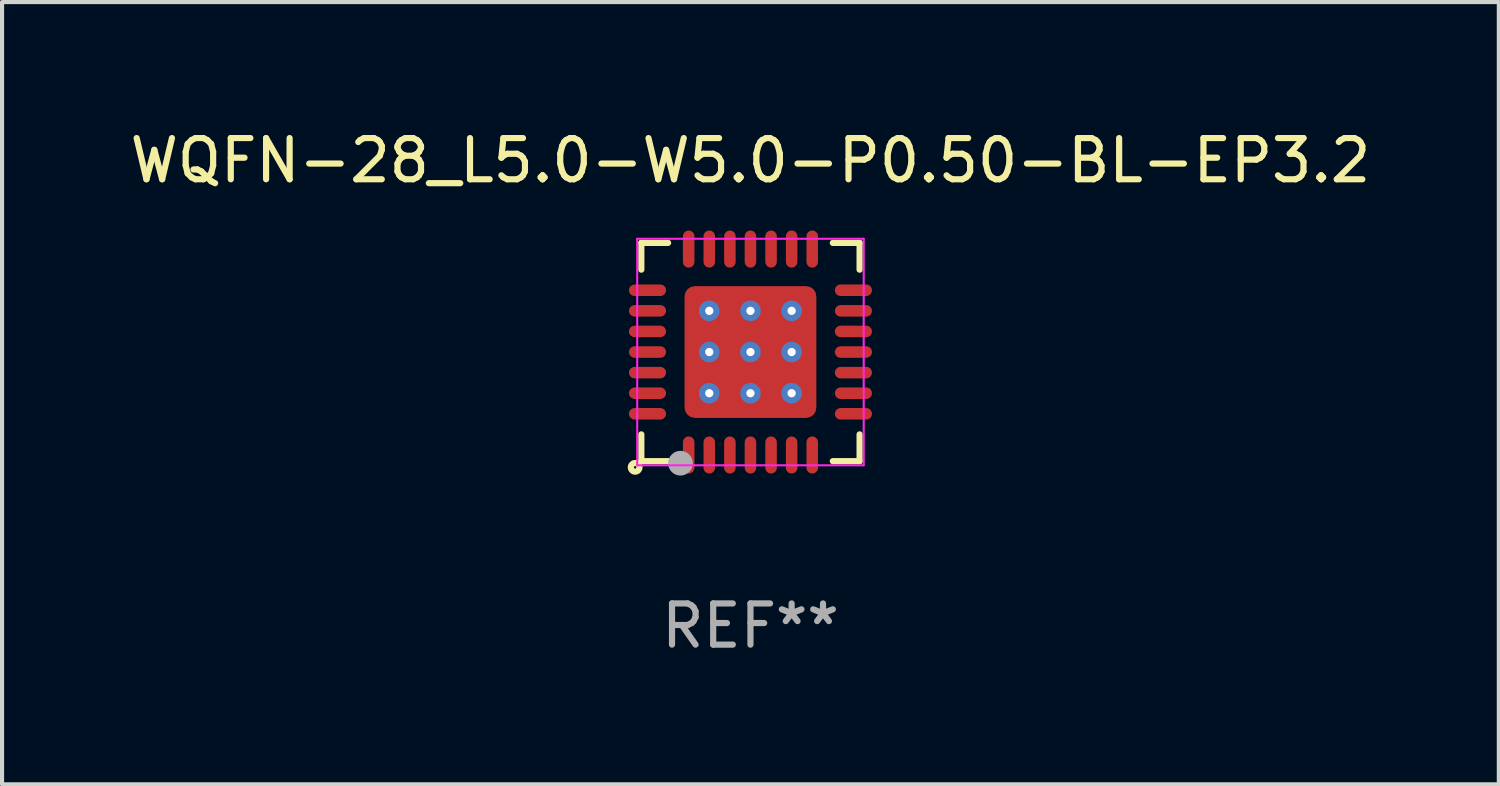
<source format=kicad_pcb>
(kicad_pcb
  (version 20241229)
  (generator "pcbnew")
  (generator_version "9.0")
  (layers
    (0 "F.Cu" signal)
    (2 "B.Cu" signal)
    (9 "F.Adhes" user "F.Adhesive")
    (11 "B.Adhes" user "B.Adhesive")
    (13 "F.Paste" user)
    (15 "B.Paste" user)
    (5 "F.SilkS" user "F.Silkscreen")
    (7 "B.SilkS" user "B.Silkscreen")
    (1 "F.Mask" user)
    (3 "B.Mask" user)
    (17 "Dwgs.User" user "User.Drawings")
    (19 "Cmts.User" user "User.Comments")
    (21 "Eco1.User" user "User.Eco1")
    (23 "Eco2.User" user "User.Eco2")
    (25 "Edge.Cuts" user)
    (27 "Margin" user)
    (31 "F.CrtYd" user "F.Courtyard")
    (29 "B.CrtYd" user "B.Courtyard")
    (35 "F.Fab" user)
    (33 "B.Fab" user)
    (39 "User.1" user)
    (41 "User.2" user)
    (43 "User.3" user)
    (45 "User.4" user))
  (footprint "WQFN-28_L5.0-W5.0-P0.50-BL-EP3.2"
    (layer "F.Cu")
    (at 15.173 5.498)
    (property "Reference" "WQFN-28_L5.0-W5.0-P0.50-BL-EP3.2" (at 0 -4.65 0) (layer "F.SilkS") (effects (font (size 1 1) (thickness 0.15))))
    (attr smd)
    (fp_line (start -2.65 -2.65) (end -2.65 -2) (stroke (width 0.15) (type solid)) (layer "F.SilkS"))
    (fp_line (start -2.65 2.65) (end -2.65 2) (stroke (width 0.15) (type solid)) (layer "F.SilkS"))
    (fp_line (start -2 -2.65) (end -2.65 -2.65) (stroke (width 0.15) (type solid)) (layer "F.SilkS"))
    (fp_line (start -2 2.65) (end -2.65 2.65) (stroke (width 0.15) (type solid)) (layer "F.SilkS"))
    (fp_line (start 2 2.65) (end 2.65 2.65) (stroke (width 0.15) (type solid)) (layer "F.SilkS"))
    (fp_line (start 2.65 -2.65) (end 2 -2.65) (stroke (width 0.15) (type solid)) (layer "F.SilkS"))
    (fp_line (start 2.65 -2) (end 2.65 -2.65) (stroke (width 0.15) (type solid)) (layer "F.SilkS"))
    (fp_line (start 2.65 2.65) (end 2.65 2) (stroke (width 0.15) (type solid)) (layer "F.SilkS"))
    (fp_circle (center -2.8 2.8) (end -2.77 2.8) (stroke (width 0.15) (type solid)) (fill no) (layer "F.SilkS"))
    (fp_line (start -2.75 -2.75) (end 2.75 -2.75) (stroke (width 0.05) (type default)) (layer "F.CrtYd"))
    (fp_line (start -2.75 2.75) (end -2.75 -2.75) (stroke (width 0.05) (type default)) (layer "F.CrtYd"))
    (fp_line (start 2.75 -2.75) (end 2.75 2.75) (stroke (width 0.05) (type default)) (layer "F.CrtYd"))
    (fp_line (start 2.75 2.75) (end -2.75 2.75) (stroke (width 0.05) (type default)) (layer "F.CrtYd"))
    (fp_circle (center -1.7 2.7) (end -1.55 2.7) (stroke (width 0.3) (type solid)) (fill no) (layer "F.Fab"))
    (fp_text user "REF**" (at 0 6.65 0) (layer "F.Fab") (effects (font (size 1 1) (thickness 0.15))))
    (pad "1" smd oval (at -1.5 2.5 180) (size 0.28 0.9) (layers "F.Cu" "F.Mask" "F.Paste"))
    (pad "2" smd oval (at -1 2.5 180) (size 0.28 0.9) (layers "F.Cu" "F.Mask" "F.Paste"))
    (pad "3" smd oval (at -0.5 2.5 180) (size 0.28 0.9) (layers "F.Cu" "F.Mask" "F.Paste"))
    (pad "4" smd oval (at 0 2.5 180) (size 0.28 0.9) (layers "F.Cu" "F.Mask" "F.Paste"))
    (pad "5" smd oval (at 0.5 2.5 180) (size 0.28 0.9) (layers "F.Cu" "F.Mask" "F.Paste"))
    (pad "6" smd oval (at 1 2.5 180) (size 0.28 0.9) (layers "F.Cu" "F.Mask" "F.Paste"))
    (pad "7" smd oval (at 1.5 2.5 180) (size 0.28 0.9) (layers "F.Cu" "F.Mask" "F.Paste"))
    (pad "8" smd oval (at 2.5 1.5 90) (size 0.28 0.9) (layers "F.Cu" "F.Mask" "F.Paste"))
    (pad "9" smd oval (at 2.5 1 90) (size 0.28 0.9) (layers "F.Cu" "F.Mask" "F.Paste"))
    (pad "10" smd oval (at 2.5 0.5 90) (size 0.28 0.9) (layers "F.Cu" "F.Mask" "F.Paste"))
    (pad "11" smd oval (at 2.5 0 90) (size 0.28 0.9) (layers "F.Cu" "F.Mask" "F.Paste"))
    (pad "12" smd oval (at 2.5 -0.5 90) (size 0.28 0.9) (layers "F.Cu" "F.Mask" "F.Paste"))
    (pad "13" smd oval (at 2.5 -1 90) (size 0.28 0.9) (layers "F.Cu" "F.Mask" "F.Paste"))
    (pad "14" smd oval (at 2.5 -1.5 90) (size 0.28 0.9) (layers "F.Cu" "F.Mask" "F.Paste"))
    (pad "15" smd oval (at 1.5 -2.5 180) (size 0.28 0.9) (layers "F.Cu" "F.Mask" "F.Paste"))
    (pad "16" smd oval (at 1 -2.5 180) (size 0.28 0.9) (layers "F.Cu" "F.Mask" "F.Paste"))
    (pad "17" smd oval (at 0.5 -2.5 180) (size 0.28 0.9) (layers "F.Cu" "F.Mask" "F.Paste"))
    (pad "18" smd oval (at 0 -2.5 180) (size 0.28 0.9) (layers "F.Cu" "F.Mask" "F.Paste"))
    (pad "19" smd oval (at -0.5 -2.5 180) (size 0.28 0.9) (layers "F.Cu" "F.Mask" "F.Paste"))
    (pad "20" smd oval (at -1 -2.5 180) (size 0.28 0.9) (layers "F.Cu" "F.Mask" "F.Paste"))
    (pad "21" smd oval (at -1.5 -2.5 180) (size 0.28 0.9) (layers "F.Cu" "F.Mask" "F.Paste"))
    (pad "22" smd oval (at -2.5 -1.5 90) (size 0.28 0.9) (layers "F.Cu" "F.Mask" "F.Paste"))
    (pad "23" smd oval (at -2.5 -1 90) (size 0.28 0.9) (layers "F.Cu" "F.Mask" "F.Paste"))
    (pad "24" smd oval (at -2.5 -0.5 90) (size 0.28 0.9) (layers "F.Cu" "F.Mask" "F.Paste"))
    (pad "25" smd oval (at -2.5 0 90) (size 0.28 0.9) (layers "F.Cu" "F.Mask" "F.Paste"))
    (pad "26" smd oval (at -2.5 0.5 90) (size 0.28 0.9) (layers "F.Cu" "F.Mask" "F.Paste"))
    (pad "27" smd oval (at -2.5 1 90) (size 0.28 0.9) (layers "F.Cu" "F.Mask" "F.Paste"))
    (pad "28" smd oval (at -2.5 1.5 90) (size 0.28 0.9) (layers "F.Cu" "F.Mask" "F.Paste"))
    (pad "29" thru_hole circle (at -1 -1) (size 0.5 0.5) (drill 0.2) (property pad_prop_heatsink) (layers "*.Cu"))
    (pad "29" thru_hole circle (at -1 0) (size 0.5 0.5) (drill 0.2) (property pad_prop_heatsink) (layers "*.Cu"))
    (pad "29" thru_hole circle (at -1 1) (size 0.5 0.5) (drill 0.2) (property pad_prop_heatsink) (layers "*.Cu"))
    (pad "29" thru_hole circle (at 0 -1) (size 0.5 0.5) (drill 0.2) (property pad_prop_heatsink) (layers "*.Cu"))
    (pad "29" thru_hole circle (at 0 0) (size 0.5 0.5) (drill 0.2) (property pad_prop_heatsink) (layers "*.Cu"))
    (pad "29" smd roundrect (at 0 0 90) (size 3.2 3.2) (layers "F.Cu" "F.Mask" "F.Paste") (roundrect_rratio 0.078))
    (pad "29" thru_hole circle (at 0 1) (size 0.5 0.5) (drill 0.2) (property pad_prop_heatsink) (layers "*.Cu"))
    (pad "29" thru_hole circle (at 1 -1) (size 0.5 0.5) (drill 0.2) (property pad_prop_heatsink) (layers "*.Cu"))
    (pad "29" thru_hole circle (at 1 0) (size 0.5 0.5) (drill 0.2) (property pad_prop_heatsink) (layers "*.Cu"))
    (pad "29" thru_hole circle (at 1 1) (size 0.5 0.5) (drill 0.2) (property pad_prop_heatsink) (layers "*.Cu")))
  (gr_rect
    (start -3 -3)
    (end 33.345 15.996)
    (stroke (width 0.1) (type default))
    (fill no)
    (layer "Edge.Cuts")))
</source>
